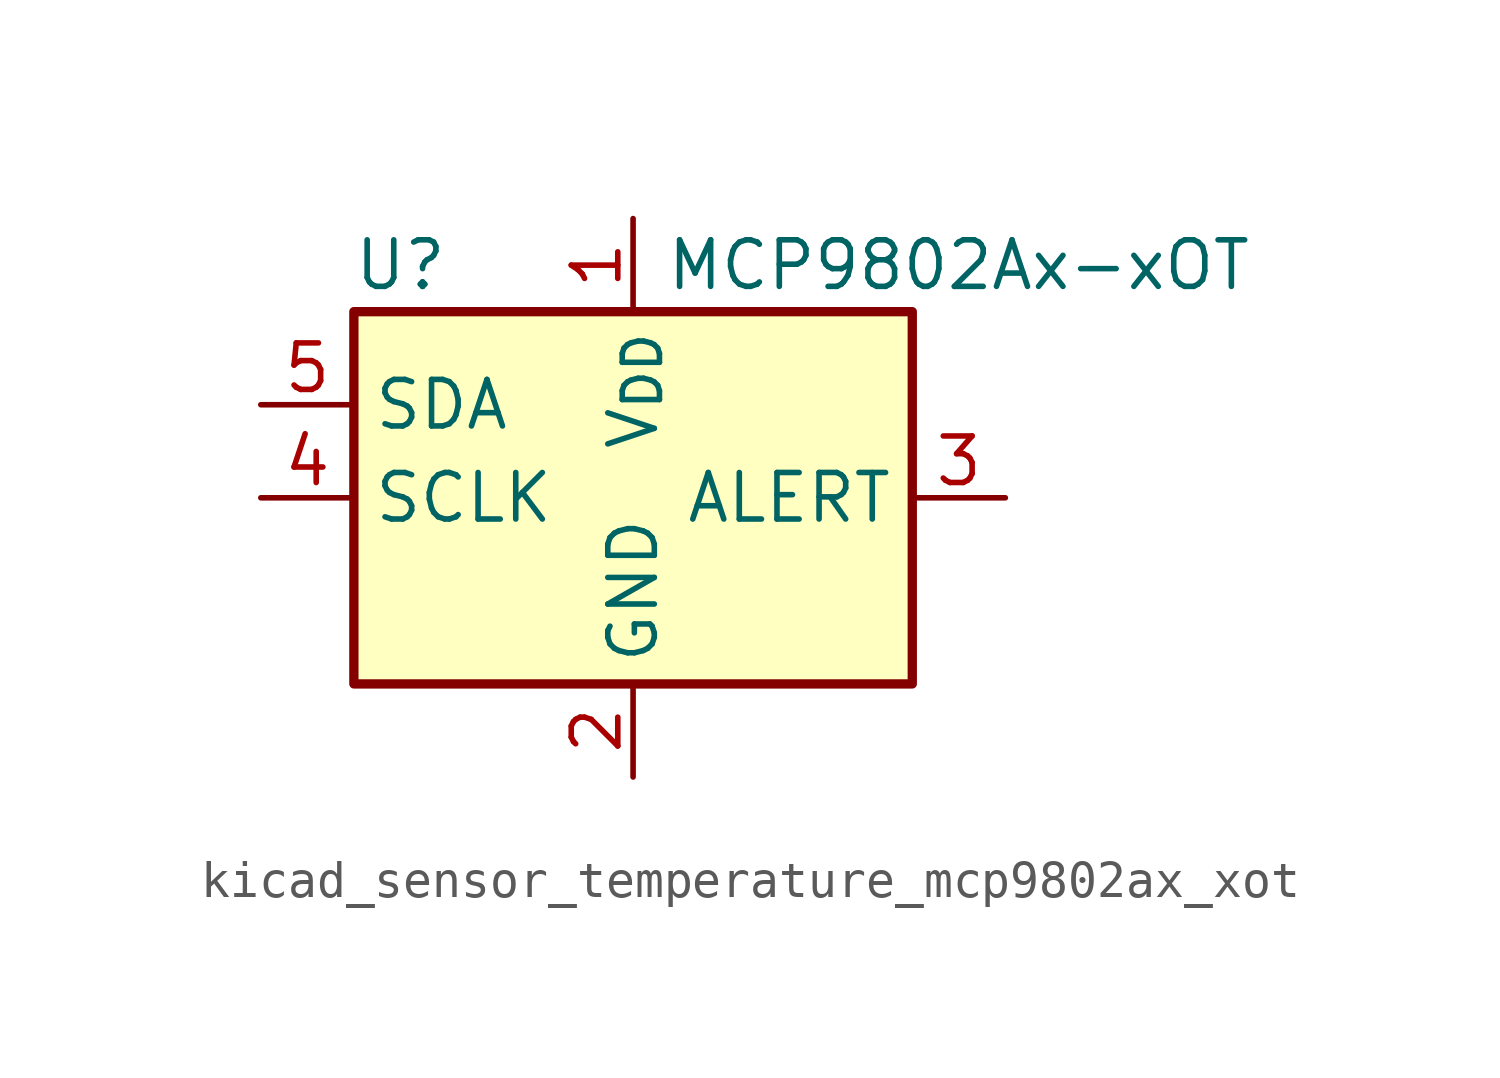
<source format=kicad_sym>
(kicad_symbol_lib
  (version 20220914)
  (generator kicad_symbol_editor)
  (symbol "kicad_sensor_temperature_mcp9802ax_xot"
    (property "Reference" "U"
      (at -6.35 6.35 0)
      (effects (font (size 1.27 1.27))))
    (property "Value" "MCP9802Ax-xOT"
      (at 8.89 6.35 0)
      (effects (font (size 1.27 1.27))))
    (symbol "kicad_sensor_temperature_mcp9802ax_xot_0_1"
      (rectangle (start -7.62 5.08) (end 7.62 -5.08) (stroke (width 0.254) (type default)) (fill (type background))))
    (symbol "kicad_sensor_temperature_mcp9802ax_xot_1_1"
      (pin power_in line (at 0 7.62 270) (length 2.54) (name "V_{DD}" (effects (font (size 1.27 1.27)))) (number "1" (effects (font (size 1.27 1.27)))))
      (pin power_in line (at 0 -7.62 90) (length 2.54) (name "GND" (effects (font (size 1.27 1.27)))) (number "2" (effects (font (size 1.27 1.27)))))
      (pin output line (at 10.16 0 180) (length 2.54) (name "ALERT" (effects (font (size 1.27 1.27)))) (number "3" (effects (font (size 1.27 1.27)))))
      (pin input line (at -10.16 0 0) (length 2.54) (name "SCLK" (effects (font (size 1.27 1.27)))) (number "4" (effects (font (size 1.27 1.27)))))
      (pin bidirectional line (at -10.16 2.54 0) (length 2.54) (name "SDA" (effects (font (size 1.27 1.27)))) (number "5" (effects (font (size 1.27 1.27))))))))
</source>
